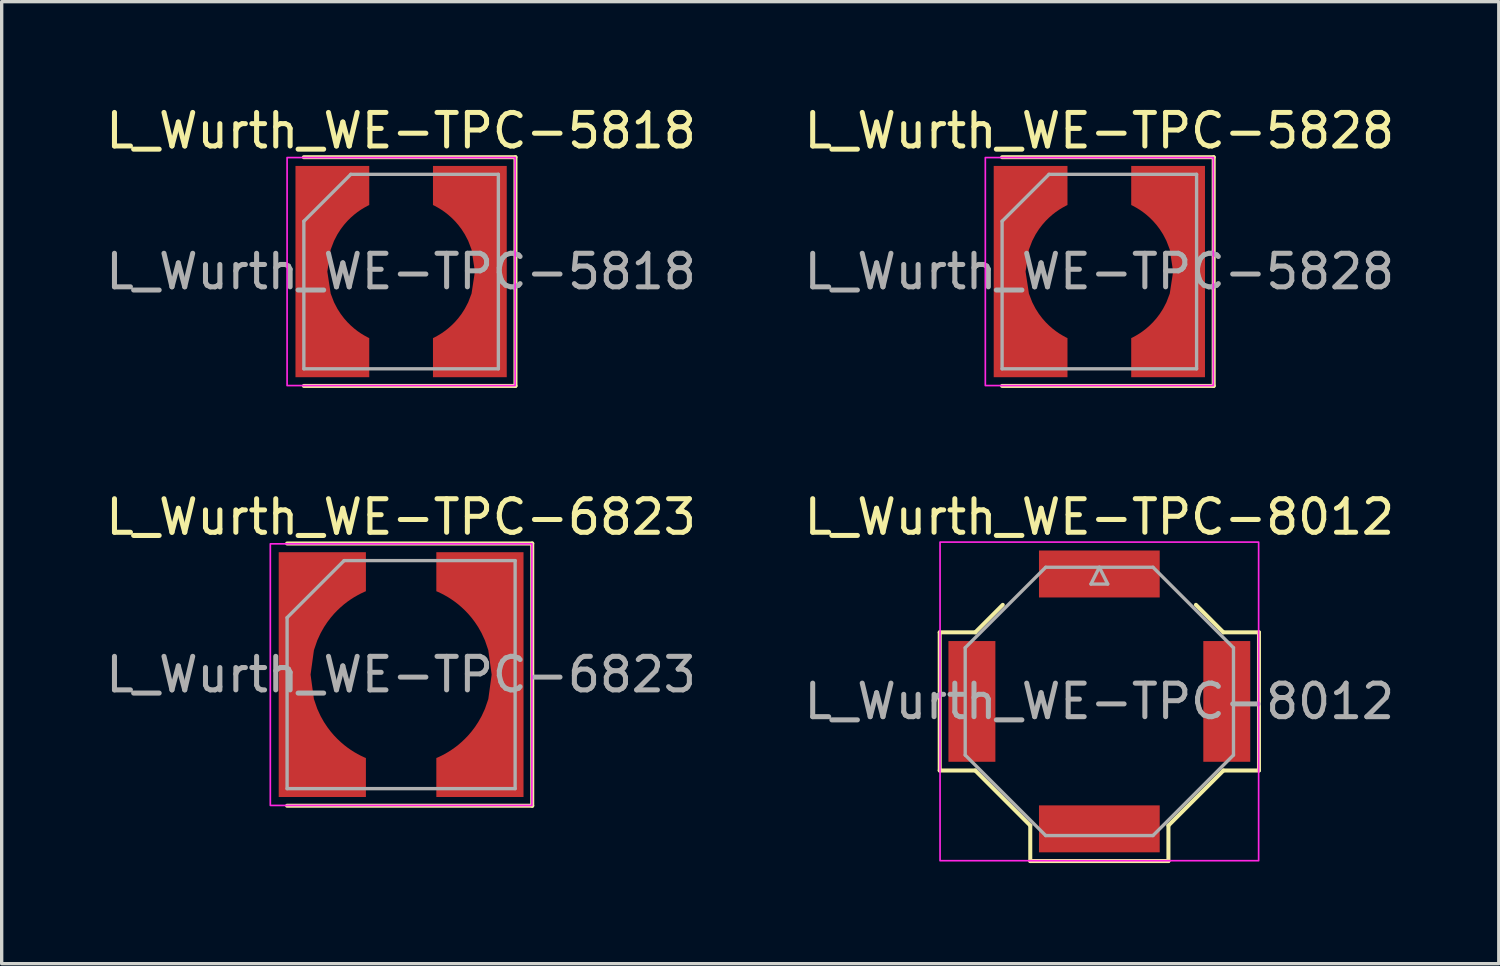
<source format=kicad_pcb>
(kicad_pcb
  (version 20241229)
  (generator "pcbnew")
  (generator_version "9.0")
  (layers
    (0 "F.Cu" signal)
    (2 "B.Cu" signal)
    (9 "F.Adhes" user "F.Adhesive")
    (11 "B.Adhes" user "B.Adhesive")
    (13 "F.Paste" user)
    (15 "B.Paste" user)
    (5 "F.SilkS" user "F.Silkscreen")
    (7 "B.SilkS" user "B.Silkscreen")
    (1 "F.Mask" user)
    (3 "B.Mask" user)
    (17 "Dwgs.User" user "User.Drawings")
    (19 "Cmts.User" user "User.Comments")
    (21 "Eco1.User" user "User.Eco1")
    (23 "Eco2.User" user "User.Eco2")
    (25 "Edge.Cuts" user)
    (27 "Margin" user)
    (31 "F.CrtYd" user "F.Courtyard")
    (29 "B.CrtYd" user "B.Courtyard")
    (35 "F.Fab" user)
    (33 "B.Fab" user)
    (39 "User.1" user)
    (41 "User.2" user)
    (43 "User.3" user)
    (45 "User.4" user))
  (footprint "L_Wurth_WE-TPC-5818"
    (layer "F.Cu")
    (at 8.911 5.048)
    (property "Reference" "L_Wurth_WE-TPC-5818" (at 0 -4.2 0) (unlocked yes) (layer "F.SilkS") (effects (font (size 1 1) (thickness 0.15))))
    (attr smd)
    (fp_line (start -2.9 -3.41) (end 3.41 -3.41) (stroke (width 0.12) (type solid)) (layer "F.SilkS"))
    (fp_line (start -2.9 3.41) (end 3.41 3.41) (stroke (width 0.12) (type solid)) (layer "F.SilkS"))
    (fp_line (start 3.41 -3.41) (end 3.41 3.41) (stroke (width 0.12) (type default)) (layer "F.SilkS"))
    (fp_rect (start -3.4 -3.4) (end 3.4 3.4) (stroke (width 0.05) (type solid)) (fill no) (layer "F.CrtYd"))
    (fp_line (start -2.9 -1.5) (end -2.9 2.9) (stroke (width 0.1) (type solid)) (layer "F.Fab"))
    (fp_line (start -2.9 2.9) (end 2.9 2.9) (stroke (width 0.1) (type solid)) (layer "F.Fab"))
    (fp_line (start -1.5 -2.9) (end -2.9 -1.5) (stroke (width 0.1) (type solid)) (layer "F.Fab"))
    (fp_line (start -1.5 -2.9) (end 2.9 -2.9) (stroke (width 0.1) (type solid)) (layer "F.Fab"))
    (fp_line (start 2.9 -2.9) (end 2.9 2.9) (stroke (width 0.1) (type solid)) (layer "F.Fab"))
    (fp_text user "${REFERENCE}" (at 0 0 0) (unlocked yes) (layer "F.Fab") (effects (font (size 1 1) (thickness 0.15))))
    (pad "1" smd custom (at -3 0) (size 0.3 6.3) (layers "F.Cu" "F.Mask" "F.Paste") (options (anchor rect)) (primitives (gr_poly (pts (xy 2.05 -1.984) (xy 2 -1.96) (xy 1.9 -1.905) (xy 1.8 -1.844) (xy 1.7 -1.775) (xy 1.6 -1.697) (xy 1.5 -1.609) (xy 1.4 -1.51) (xy 1.3 -1.396) (xy 1.2 -1.265) (xy 1.1 -1.109) (xy 1 -0.917) (xy 0.9 -0.656) (xy 0.8 0) (xy 0.9 0.656) (xy 1 0.917) (xy 1.1 1.109) (xy 1.2 1.265) (xy 1.3 1.396) (xy 1.4 1.51) (xy 1.5 1.609) (xy 1.6 1.697) (xy 1.7 1.775) (xy 1.8 1.844) (xy 1.9 1.905) (xy 2 1.96) (xy 2.05 1.984) (xy 2.05 3.15) (xy -0.15 3.15) (xy -0.15 -3.15) (xy 2.05 -3.15)) (width 0) (fill yes))))
    (pad "2" smd custom (at 3 0) (size 0.3 6.3) (layers "F.Cu" "F.Mask" "F.Paste") (options (anchor rect)) (primitives (gr_poly (pts (xy 0.15 3.15) (xy -2.05 3.15) (xy -2.05 1.984) (xy -2 1.96) (xy -1.9 1.905) (xy -1.8 1.844) (xy -1.7 1.775) (xy -1.6 1.697) (xy -1.5 1.609) (xy -1.4 1.51) (xy -1.3 1.396) (xy -1.2 1.265) (xy -1.1 1.109) (xy -1 0.917) (xy -0.9 0.656) (xy -0.8 0) (xy -0.9 -0.656) (xy -1 -0.917) (xy -1.1 -1.109) (xy -1.2 -1.265) (xy -1.3 -1.396) (xy -1.4 -1.51) (xy -1.5 -1.609) (xy -1.6 -1.697) (xy -1.7 -1.775) (xy -1.8 -1.844) (xy -1.9 -1.905) (xy -2 -1.96) (xy -2.05 -1.984) (xy -2.05 -3.15) (xy 0.15 -3.15)) (width 0) (fill yes)))))
  (footprint "L_Wurth_WE-TPC-8012"
    (layer "F.Cu")
    (at 29.732 17.866)
    (property "Reference" "L_Wurth_WE-TPC-8012" (at 0 -5.5 0) (unlocked yes) (layer "F.SilkS") (effects (font (size 1 1) (thickness 0.15))))
    (attr smd)
    (fp_line (start -4.76 -2.06) (end -4.76 2.06) (stroke (width 0.12) (type solid)) (layer "F.SilkS"))
    (fp_line (start -3.7 -2.06) (end -4.76 -2.06) (stroke (width 0.12) (type solid)) (layer "F.SilkS"))
    (fp_line (start -3.7 2.06) (end -4.76 2.06) (stroke (width 0.12) (type solid)) (layer "F.SilkS"))
    (fp_line (start -3.7 2.06) (end -2.06 3.7) (stroke (width 0.12) (type solid)) (layer "F.SilkS"))
    (fp_line (start -2.88 -2.88) (end -3.7 -2.06) (stroke (width 0.12) (type solid)) (layer "F.SilkS"))
    (fp_line (start -2.06 3.7) (end -2.06 4.76) (stroke (width 0.12) (type solid)) (layer "F.SilkS"))
    (fp_line (start -2.06 4.76) (end 2.06 4.76) (stroke (width 0.12) (type solid)) (layer "F.SilkS"))
    (fp_line (start 2.06 3.7) (end 2.06 4.76) (stroke (width 0.12) (type solid)) (layer "F.SilkS"))
    (fp_line (start 2.06 3.7) (end 3.7 2.06) (stroke (width 0.12) (type solid)) (layer "F.SilkS"))
    (fp_line (start 3.7 -2.06) (end 2.88 -2.88) (stroke (width 0.12) (type solid)) (layer "F.SilkS"))
    (fp_line (start 3.7 -2.06) (end 4.76 -2.06) (stroke (width 0.12) (type solid)) (layer "F.SilkS"))
    (fp_line (start 3.7 2.06) (end 4.76 2.06) (stroke (width 0.12) (type solid)) (layer "F.SilkS"))
    (fp_line (start 4.76 2.06) (end 4.76 -2.06) (stroke (width 0.12) (type solid)) (layer "F.SilkS"))
    (fp_rect (start -4.75 -4.75) (end 4.75 4.75) (stroke (width 0.05) (type solid)) (fill no) (layer "F.CrtYd"))
    (fp_line (start -4 -1.6) (end -4 1.6) (stroke (width 0.1) (type solid)) (layer "F.Fab"))
    (fp_line (start -4 -1.6) (end -1.6 -4) (stroke (width 0.1) (type solid)) (layer "F.Fab"))
    (fp_line (start -4 1.6) (end -1.6 4) (stroke (width 0.1) (type solid)) (layer "F.Fab"))
    (fp_line (start -1.6 -4) (end 1.6 -4) (stroke (width 0.1) (type solid)) (layer "F.Fab"))
    (fp_line (start -1.6 4) (end 1.6 4) (stroke (width 0.1) (type solid)) (layer "F.Fab"))
    (fp_line (start -0.25 -3.5) (end 0.25 -3.5) (stroke (width 0.1) (type solid)) (layer "F.Fab"))
    (fp_line (start 0 -4) (end -0.25 -3.5) (stroke (width 0.1) (type solid)) (layer "F.Fab"))
    (fp_line (start 0 -4) (end 0.25 -3.5) (stroke (width 0.1) (type solid)) (layer "F.Fab"))
    (fp_line (start 1.6 -4) (end 4 -1.6) (stroke (width 0.1) (type solid)) (layer "F.Fab"))
    (fp_line (start 1.6 4) (end 4 1.6) (stroke (width 0.1) (type solid)) (layer "F.Fab"))
    (fp_line (start 4 -1.6) (end 4 1.6) (stroke (width 0.1) (type solid)) (layer "F.Fab"))
    (fp_text user "${REFERENCE}" (at 0 0 0) (unlocked yes) (layer "F.Fab") (effects (font (size 1 1) (thickness 0.15))))
    (pad "1" smd rect (at 0 -3.8) (size 3.6 1.4) (layers "F.Cu" "F.Mask" "F.Paste"))
    (pad "2" smd rect (at 0 3.8) (size 3.6 1.4) (layers "F.Cu" "F.Mask" "F.Paste"))
    (pad "MP1" smd rect (at -3.8 0) (size 1.4 3.6) (layers "F.Cu" "F.Mask" "F.Paste"))
    (pad "MP2" smd rect (at 3.8 0) (size 1.4 3.6) (layers "F.Cu" "F.Mask" "F.Paste")))
  (footprint "L_Wurth_WE-TPC-5828"
    (layer "F.Cu")
    (at 29.732 5.048)
    (property "Reference" "L_Wurth_WE-TPC-5828" (at 0 -4.2 0) (unlocked yes) (layer "F.SilkS") (effects (font (size 1 1) (thickness 0.15))))
    (attr smd)
    (fp_line (start -2.9 -3.41) (end 3.41 -3.41) (stroke (width 0.12) (type solid)) (layer "F.SilkS"))
    (fp_line (start -2.9 3.41) (end 3.41 3.41) (stroke (width 0.12) (type solid)) (layer "F.SilkS"))
    (fp_line (start 3.41 -3.41) (end 3.41 3.41) (stroke (width 0.12) (type default)) (layer "F.SilkS"))
    (fp_rect (start -3.4 -3.4) (end 3.4 3.4) (stroke (width 0.05) (type solid)) (fill no) (layer "F.CrtYd"))
    (fp_line (start -2.9 -1.5) (end -2.9 2.9) (stroke (width 0.1) (type solid)) (layer "F.Fab"))
    (fp_line (start -2.9 2.9) (end 2.9 2.9) (stroke (width 0.1) (type solid)) (layer "F.Fab"))
    (fp_line (start -1.5 -2.9) (end -2.9 -1.5) (stroke (width 0.1) (type solid)) (layer "F.Fab"))
    (fp_line (start -1.5 -2.9) (end 2.9 -2.9) (stroke (width 0.1) (type solid)) (layer "F.Fab"))
    (fp_line (start 2.9 -2.9) (end 2.9 2.9) (stroke (width 0.1) (type solid)) (layer "F.Fab"))
    (fp_text user "${REFERENCE}" (at 0 0 0) (unlocked yes) (layer "F.Fab") (effects (font (size 1 1) (thickness 0.15))))
    (pad "1" smd custom (at -3 0) (size 0.3 6.3) (layers "F.Cu" "F.Mask" "F.Paste") (options (anchor rect)) (primitives (gr_poly (pts (xy 2.05 -1.984) (xy 2 -1.96) (xy 1.9 -1.905) (xy 1.8 -1.844) (xy 1.7 -1.775) (xy 1.6 -1.697) (xy 1.5 -1.609) (xy 1.4 -1.51) (xy 1.3 -1.396) (xy 1.2 -1.265) (xy 1.1 -1.109) (xy 1 -0.917) (xy 0.9 -0.656) (xy 0.8 0) (xy 0.9 0.656) (xy 1 0.917) (xy 1.1 1.109) (xy 1.2 1.265) (xy 1.3 1.396) (xy 1.4 1.51) (xy 1.5 1.609) (xy 1.6 1.697) (xy 1.7 1.775) (xy 1.8 1.844) (xy 1.9 1.905) (xy 2 1.96) (xy 2.05 1.984) (xy 2.05 3.15) (xy -0.15 3.15) (xy -0.15 -3.15) (xy 2.05 -3.15)) (width 0) (fill yes))))
    (pad "2" smd custom (at 3 0) (size 0.3 6.3) (layers "F.Cu" "F.Mask" "F.Paste") (options (anchor rect)) (primitives (gr_poly (pts (xy 0.15 3.15) (xy -2.05 3.15) (xy -2.05 1.984) (xy -2 1.96) (xy -1.9 1.905) (xy -1.8 1.844) (xy -1.7 1.775) (xy -1.6 1.697) (xy -1.5 1.609) (xy -1.4 1.51) (xy -1.3 1.396) (xy -1.2 1.265) (xy -1.1 1.109) (xy -1 0.917) (xy -0.9 0.656) (xy -0.8 0) (xy -0.9 -0.656) (xy -1 -0.917) (xy -1.1 -1.109) (xy -1.2 -1.265) (xy -1.3 -1.396) (xy -1.4 -1.51) (xy -1.5 -1.609) (xy -1.6 -1.697) (xy -1.7 -1.775) (xy -1.8 -1.844) (xy -1.9 -1.905) (xy -2 -1.96) (xy -2.05 -1.984) (xy -2.05 -3.15) (xy 0.15 -3.15)) (width 0) (fill yes)))))
  (footprint "L_Wurth_WE-TPC-6823"
    (layer "F.Cu")
    (at 8.911 17.067)
    (property "Reference" "L_Wurth_WE-TPC-6823" (at 0 -4.7 0) (unlocked yes) (layer "F.SilkS") (effects (font (size 1 1) (thickness 0.15))))
    (attr smd)
    (fp_line (start -3.4 -3.91) (end 3.91 -3.91) (stroke (width 0.12) (type solid)) (layer "F.SilkS"))
    (fp_line (start -3.4 3.91) (end 3.91 3.91) (stroke (width 0.12) (type solid)) (layer "F.SilkS"))
    (fp_line (start 3.91 -3.91) (end 3.91 3.91) (stroke (width 0.12) (type solid)) (layer "F.SilkS"))
    (fp_rect (start -3.9 -3.9) (end 3.9 3.9) (stroke (width 0.05) (type solid)) (fill no) (layer "F.CrtYd"))
    (fp_line (start -3.4 -1.7) (end -3.4 3.4) (stroke (width 0.1) (type solid)) (layer "F.Fab"))
    (fp_line (start -3.4 -1.7) (end -1.7 -3.4) (stroke (width 0.1) (type solid)) (layer "F.Fab"))
    (fp_line (start -3.4 3.4) (end 3.4 3.4) (stroke (width 0.1) (type solid)) (layer "F.Fab"))
    (fp_line (start -1.7 -3.4) (end 3.4 -3.4) (stroke (width 0.1) (type solid)) (layer "F.Fab"))
    (fp_line (start 3.4 -3.4) (end 3.4 3.4) (stroke (width 0.1) (type solid)) (layer "F.Fab"))
    (fp_text user "${REFERENCE}" (at 0 0 0) (unlocked yes) (layer "F.Fab") (effects (font (size 1 1) (thickness 0.15))))
    (pad "1" smd custom (at -3.5 0) (size 0.3 7.3) (layers "F.Cu" "F.Mask" "F.Paste") (options (anchor rect)) (primitives (gr_poly (pts (xy 2.45 -2.487) (xy 2.4 -2.466) (xy 2.3 -2.419) (xy 2.2 -2.366) (xy 2.1 -2.309) (xy 2 -2.245) (xy 1.9 -2.175) (xy 1.8 -2.098) (xy 1.7 -2.012) (xy 1.6 -1.918) (xy 1.5 -1.814) (xy 1.4 -1.697) (xy 1.3 -1.565) (xy 1.2 -1.414) (xy 1.1 -1.237) (xy 1 -1.02) (xy 0.9 -0.728) (xy 0.8 0) (xy 0.9 0.728) (xy 1 1.02) (xy 1.1 1.237) (xy 1.2 1.414) (xy 1.3 1.565) (xy 1.4 1.697) (xy 1.5 1.814) (xy 1.6 1.918) (xy 1.7 2.012) (xy 1.8 2.098) (xy 1.9 2.175) (xy 2 2.245) (xy 2.1 2.309) (xy 2.2 2.366) (xy 2.3 2.419) (xy 2.4 2.466) (xy 2.45 2.487) (xy 2.45 3.65) (xy 0 3.65) (xy 0 -3.65) (xy 2.45 -3.65)) (width 0) (fill yes))))
    (pad "2" smd custom (at 3.5 0) (size 0.3 7.3) (layers "F.Cu" "F.Mask" "F.Paste") (options (anchor rect)) (primitives (gr_poly (pts (xy 0 3.65) (xy -2.45 3.65) (xy -2.45 2.487) (xy -2.4 2.466) (xy -2.3 2.419) (xy -2.2 2.366) (xy -2.1 2.309) (xy -2 2.245) (xy -1.9 2.175) (xy -1.8 2.098) (xy -1.7 2.012) (xy -1.6 1.918) (xy -1.5 1.814) (xy -1.4 1.697) (xy -1.3 1.565) (xy -1.2 1.414) (xy -1.1 1.237) (xy -1 1.02) (xy -0.9 0.728) (xy -0.8 0) (xy -0.9 -0.728) (xy -1 -1.02) (xy -1.1 -1.237) (xy -1.2 -1.414) (xy -1.3 -1.565) (xy -1.4 -1.697) (xy -1.5 -1.814) (xy -1.6 -1.918) (xy -1.7 -2.012) (xy -1.8 -2.098) (xy -1.9 -2.175) (xy -2 -2.245) (xy -2.1 -2.309) (xy -2.2 -2.366) (xy -2.3 -2.419) (xy -2.4 -2.466) (xy -2.45 -2.487) (xy -2.45 -3.65) (xy 0 -3.65)) (width 0) (fill yes)))))
  (gr_rect
    (start -3 -3)
    (end 41.643 25.686)
    (stroke (width 0.1) (type default))
    (fill no)
    (layer "Edge.Cuts")))
</source>
